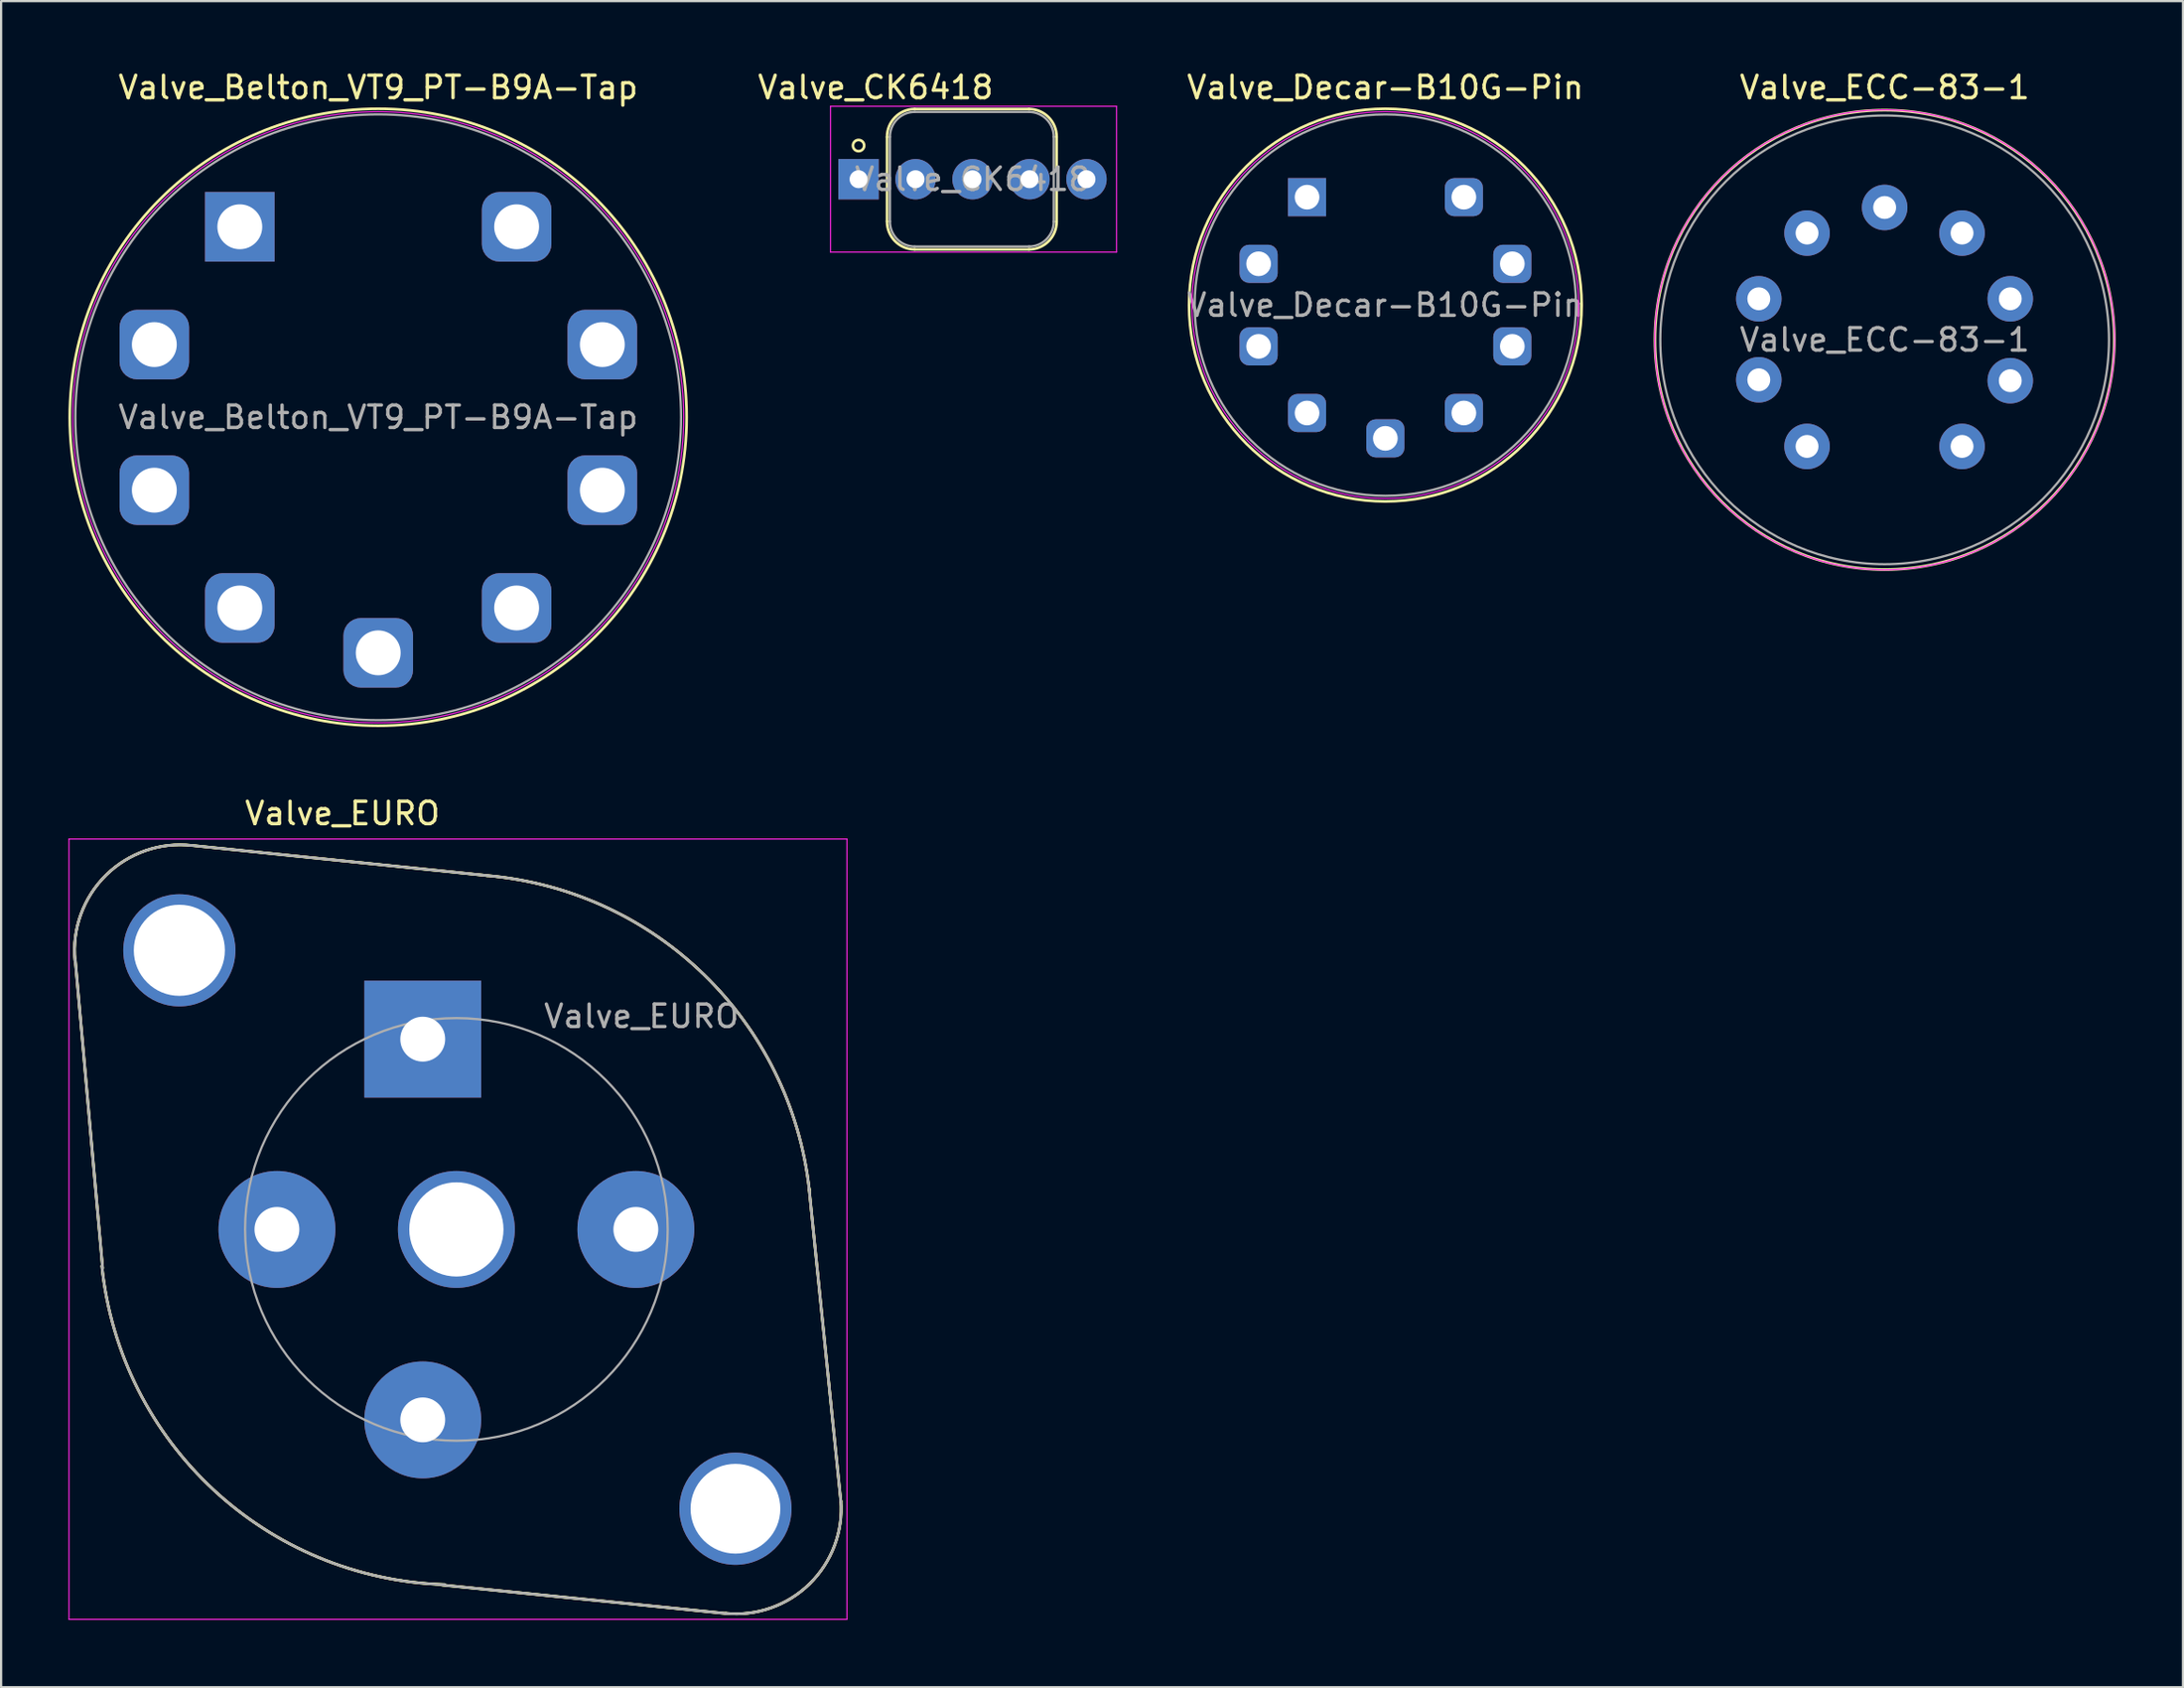
<source format=kicad_pcb>
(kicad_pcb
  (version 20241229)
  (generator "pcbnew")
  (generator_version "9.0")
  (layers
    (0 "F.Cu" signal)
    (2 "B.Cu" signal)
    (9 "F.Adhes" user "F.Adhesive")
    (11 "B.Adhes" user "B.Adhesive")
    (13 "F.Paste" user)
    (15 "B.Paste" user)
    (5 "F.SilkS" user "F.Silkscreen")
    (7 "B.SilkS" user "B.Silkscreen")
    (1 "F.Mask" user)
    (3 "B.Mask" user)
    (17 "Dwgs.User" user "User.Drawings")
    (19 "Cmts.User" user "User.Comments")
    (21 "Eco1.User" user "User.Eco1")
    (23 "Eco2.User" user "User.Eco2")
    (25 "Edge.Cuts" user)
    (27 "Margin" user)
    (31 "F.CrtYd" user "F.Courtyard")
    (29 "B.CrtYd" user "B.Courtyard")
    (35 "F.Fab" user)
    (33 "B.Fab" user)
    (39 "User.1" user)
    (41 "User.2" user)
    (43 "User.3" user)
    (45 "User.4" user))
  (footprint "Valve_CK6418"
    (layer "F.Cu")
    (at 35.223 4.938)
    (property "Reference" "Valve_CK6418" (at 0.76 -4.09 0) (layer "F.SilkS") (effects (font (size 1 1) (thickness 0.15))))
    (attr through_hole)
    (fp_line (start 1.27 1.88) (end 1.27 -1.88) (stroke (width 0.12) (type solid)) (layer "F.SilkS"))
    (fp_line (start 2.5 -3.13) (end 7.61 -3.13) (stroke (width 0.12) (type solid)) (layer "F.SilkS"))
    (fp_line (start 7.61 3.13) (end 2.5 3.13) (stroke (width 0.12) (type solid)) (layer "F.SilkS"))
    (fp_line (start 8.83 -1.89) (end 8.83 -0.5) (stroke (width 0.12) (type solid)) (layer "F.SilkS"))
    (fp_line (start 8.83 0.5) (end 8.83 1.89) (stroke (width 0.12) (type solid)) (layer "F.SilkS"))
    (fp_arc (start 1.27 -1.88) (mid 1.626117 -2.759741) (end 2.5 -3.13) (stroke (width 0.12) (type solid)) (layer "F.SilkS"))
    (fp_arc (start 2.5 3.13) (mid 1.626117 2.759741) (end 1.27 1.88) (stroke (width 0.12) (type solid)) (layer "F.SilkS"))
    (fp_arc (start 7.59 -3.13) (mid 8.466812 -2.766812) (end 8.83 -1.89) (stroke (width 0.12) (type solid)) (layer "F.SilkS"))
    (fp_arc (start 8.83 1.89) (mid 8.466812 2.766812) (end 7.59 3.13) (stroke (width 0.12) (type solid)) (layer "F.SilkS"))
    (fp_circle (center 0 -1.5) (end 0.25 -1.5) (stroke (width 0.12) (type solid)) (fill no) (layer "F.SilkS"))
    (fp_line (start -1.25 -3.25) (end 11.5 -3.25) (stroke (width 0.05) (type solid)) (layer "F.CrtYd"))
    (fp_line (start -1.25 3.25) (end -1.25 -3.25) (stroke (width 0.05) (type solid)) (layer "F.CrtYd"))
    (fp_line (start 11.5 -3.25) (end 11.5 3.25) (stroke (width 0.05) (type solid)) (layer "F.CrtYd"))
    (fp_line (start 11.5 3.25) (end -1.25 3.25) (stroke (width 0.05) (type solid)) (layer "F.CrtYd"))
    (fp_line (start 1.4 -1.88) (end 1.4 1.88) (stroke (width 0.1) (type solid)) (layer "F.Fab"))
    (fp_line (start 2.5 3) (end 7.62 3) (stroke (width 0.1) (type solid)) (layer "F.Fab"))
    (fp_line (start 7.61 -3) (end 2.5 -3) (stroke (width 0.1) (type solid)) (layer "F.Fab"))
    (fp_line (start 8.7 1.89) (end 8.7 -1.89) (stroke (width 0.1) (type solid)) (layer "F.Fab"))
    (fp_arc (start 1.4 -1.89) (mid 1.725111 -2.674889) (end 2.51 -3) (stroke (width 0.1) (type solid)) (layer "F.Fab"))
    (fp_arc (start 2.5 3) (mid 1.71804 2.667817) (end 1.4 1.88) (stroke (width 0.1) (type solid)) (layer "F.Fab"))
    (fp_arc (start 7.601624 -2.999939) (mid 8.378987 -2.670768) (end 8.7 -1.89) (stroke (width 0.1) (type solid)) (layer "F.Fab"))
    (fp_arc (start 8.7 1.89) (mid 8.374889 2.674889) (end 7.59 3) (stroke (width 0.1) (type solid)) (layer "F.Fab"))
    (fp_text user "${REFERENCE}" (at 5.08 0 0) (layer "F.Fab") (effects (font (size 1 1) (thickness 0.15))))
    (pad "1" thru_hole rect (at 0 0) (size 1.8 1.8) (drill 0.8) (layers "*.Cu" "*.Mask"))
    (pad "2" thru_hole circle (at 2.54 0) (size 1.8 1.8) (drill 0.8) (layers "*.Cu" "*.Mask"))
    (pad "3" thru_hole circle (at 5.08 0) (size 1.8 1.8) (drill 0.8) (layers "*.Cu" "*.Mask"))
    (pad "4" thru_hole circle (at 7.62 0) (size 1.8 1.8) (drill 0.8) (layers "*.Cu" "*.Mask"))
    (pad "5" thru_hole circle (at 10.16 0) (size 1.8 1.8) (drill 0.8) (layers "*.Cu" "*.Mask")))
  (footprint "Valve_Belton_VT9_PT-B9A-Tap"
    (layer "F.Cu")
    (at 7.64 7.058)
    (property "Reference" "Valve_Belton_VT9_PT-B9A-Tap" (at 6.17 -6.21 0) (layer "F.SilkS") (effects (font (size 1 1) (thickness 0.15))))
    (attr through_hole)
    (fp_circle (center 6.17 8.49) (end 19.92 8.49) (stroke (width 0.12) (type solid)) (fill no) (layer "F.SilkS"))
    (fp_circle (center 6.17 8.49) (end 19.79 8.49) (stroke (width 0.05) (type solid)) (fill no) (layer "F.CrtYd"))
    (fp_circle (center 6.17 8.49) (end 19.67 8.49) (stroke (width 0.1) (type solid)) (fill no) (layer "F.Fab"))
    (fp_text user "${REFERENCE}" (at 6.17 8.49 0) (layer "F.Fab") (effects (font (size 1 1) (thickness 0.15))))
    (pad "1" thru_hole rect (at 0 0) (size 3.1 3.1) (drill 2) (layers "*.Cu" "*.Mask"))
    (pad "2" thru_hole roundrect (at -3.81 5.25) (size 3.1 3.1) (drill 2) (layers "*.Cu" "*.Mask") (roundrect_rratio 0.25))
    (pad "3" thru_hole roundrect (at -3.81 11.74) (size 3.1 3.1) (drill 2) (layers "*.Cu" "*.Mask") (roundrect_rratio 0.25))
    (pad "4" thru_hole roundrect (at 0 16.99) (size 3.1 3.1) (drill 2) (layers "*.Cu" "*.Mask") (roundrect_rratio 0.25))
    (pad "5" thru_hole roundrect (at 6.17 18.99) (size 3.1 3.1) (drill 2) (layers "*.Cu" "*.Mask") (roundrect_rratio 0.25))
    (pad "6" thru_hole roundrect (at 12.34 16.99) (size 3.1 3.1) (drill 2) (layers "*.Cu" "*.Mask") (roundrect_rratio 0.25))
    (pad "7" thru_hole roundrect (at 16.16 11.74) (size 3.1 3.1) (drill 2) (layers "*.Cu" "*.Mask") (roundrect_rratio 0.25))
    (pad "8" thru_hole roundrect (at 16.16 5.25) (size 3.1 3.1) (drill 2) (layers "*.Cu" "*.Mask") (roundrect_rratio 0.25))
    (pad "9" thru_hole roundrect (at 12.34 0) (size 3.1 3.1) (drill 2) (layers "*.Cu" "*.Mask") (roundrect_rratio 0.25)))
  (footprint "Valve_ECC-83-1"
    (layer "F.Cu")
    (at 84.414 16.848)
    (property "Reference" "Valve_ECC-83-1" (at -3.45 -16 0) (layer "F.SilkS") (effects (font (size 1 1) (thickness 0.15))))
    (attr through_hole)
    (fp_circle (center -3.45 -4.75) (end 6.71 -3.48) (stroke (width 0.12) (type solid)) (fill no) (layer "F.SilkS"))
    (fp_circle (center -3.45 -4.75) (end -3.45 -15) (stroke (width 0.05) (type solid)) (fill no) (layer "F.CrtYd"))
    (fp_circle (center -3.45 -4.75) (end -3.45 -14.75) (stroke (width 0.1) (type solid)) (fill no) (layer "F.Fab"))
    (fp_text user "${REFERENCE}" (at -3.45 -4.75 0) (layer "F.Fab") (effects (font (size 1 1) (thickness 0.15))))
    (pad "1" thru_hole circle (at 0 0) (size 2.03 2.03) (drill 1.02) (layers "*.Cu" "*.Mask"))
    (pad "2" thru_hole circle (at 2.15 -2.93) (size 2.03 2.03) (drill 1.02) (layers "*.Cu" "*.Mask"))
    (pad "3" thru_hole circle (at 2.15 -6.58) (size 2.03 2.03) (drill 1.02) (layers "*.Cu" "*.Mask"))
    (pad "4" thru_hole circle (at 0 -9.51) (size 2.03 2.03) (drill 1.02) (layers "*.Cu" "*.Mask"))
    (pad "5" thru_hole circle (at -3.45 -10.65) (size 2.03 2.03) (drill 1.02) (layers "*.Cu" "*.Mask"))
    (pad "6" thru_hole circle (at -6.91 -9.51) (size 2.03 2.03) (drill 1.02) (layers "*.Cu" "*.Mask"))
    (pad "7" thru_hole circle (at -9.06 -6.58) (size 2.03 2.03) (drill 1.02) (layers "*.Cu" "*.Mask"))
    (pad "8" thru_hole circle (at -9.06 -2.97) (size 2.03 2.03) (drill 1.02) (layers "*.Cu" "*.Mask"))
    (pad "9" thru_hole circle (at -6.91 0) (size 2.03 2.03) (drill 1.02) (layers "*.Cu" "*.Mask")))
  (footprint "Valve_Decar-B10G-Pin"
    (layer "F.Cu")
    (at 55.216 5.738)
    (property "Reference" "Valve_Decar-B10G-Pin" (at 3.49 -4.89 0) (layer "F.SilkS") (effects (font (size 1 1) (thickness 0.15))))
    (attr through_hole)
    (fp_circle (center 3.49 4.81) (end 12.24 4.81) (stroke (width 0.12) (type solid)) (fill no) (layer "F.SilkS"))
    (fp_circle (center 3.49 4.81) (end 12.11 4.81) (stroke (width 0.05) (type solid)) (fill no) (layer "F.CrtYd"))
    (fp_circle (center 3.49 4.81) (end 11.99 4.81) (stroke (width 0.1) (type solid)) (fill no) (layer "F.Fab"))
    (fp_text user "${REFERENCE}" (at 3.49 4.81 0) (layer "F.Fab") (effects (font (size 1 1) (thickness 0.15))))
    (pad "1" thru_hole rect (at 0 0) (size 1.7 1.7) (drill 1.1) (layers "*.Cu" "*.Mask"))
    (pad "2" thru_hole roundrect (at -2.16 2.97) (size 1.7 1.7) (drill 1.1) (layers "*.Cu" "*.Mask") (roundrect_rratio 0.25))
    (pad "3" thru_hole roundrect (at -2.16 6.65) (size 1.7 1.7) (drill 1.1) (layers "*.Cu" "*.Mask") (roundrect_rratio 0.25))
    (pad "4" thru_hole roundrect (at 0 9.62) (size 1.7 1.7) (drill 1.1) (layers "*.Cu" "*.Mask") (roundrect_rratio 0.25))
    (pad "5" thru_hole roundrect (at 3.49 10.75) (size 1.7 1.7) (drill 1.1) (layers "*.Cu" "*.Mask") (roundrect_rratio 0.25))
    (pad "6" thru_hole roundrect (at 6.99 9.62) (size 1.7 1.7) (drill 1.1) (layers "*.Cu" "*.Mask") (roundrect_rratio 0.25))
    (pad "7" thru_hole roundrect (at 9.15 6.65) (size 1.7 1.7) (drill 1.1) (layers "*.Cu" "*.Mask") (roundrect_rratio 0.25))
    (pad "8" thru_hole roundrect (at 9.15 2.97) (size 1.7 1.7) (drill 1.1) (layers "*.Cu" "*.Mask") (roundrect_rratio 0.25))
    (pad "9" thru_hole roundrect (at 6.99 0) (size 1.7 1.7) (drill 1.1) (layers "*.Cu" "*.Mask") (roundrect_rratio 0.25)))
  (footprint "Valve_EURO"
    (layer "F.Cu")
    (at 15.795 43.267)
    (property "Reference" "Valve_EURO" (at -3.58 -10.06 0) (layer "F.SilkS") (effects (font (size 1 1) (thickness 0.15))))
    (attr through_hole)
    (fp_line (start -14.27 10.21) (end -15.49 -3.53) (stroke (width 0.12) (type solid)) (layer "F.SilkS"))
    (fp_line (start -14.27 10.21) (end -15.49 -3.53) (stroke (width 0.12) (type solid)) (layer "F.SilkS"))
    (fp_line (start -10.36 -8.64) (end 2.87 -7.29) (stroke (width 0.12) (type solid)) (layer "F.SilkS"))
    (fp_line (start -10.36 -8.64) (end 2.87 -7.29) (stroke (width 0.12) (type solid)) (layer "F.SilkS"))
    (fp_line (start 13.54 25.6) (end 0.86 24.33) (stroke (width 0.12) (type solid)) (layer "F.SilkS"))
    (fp_line (start 13.54 25.6) (end 0.86 24.33) (stroke (width 0.12) (type solid)) (layer "F.SilkS"))
    (fp_line (start 18.64 20.62) (end 17.22 6.63) (stroke (width 0.12) (type solid)) (layer "F.SilkS"))
    (fp_line (start 18.64 20.62) (end 17.22 6.63) (stroke (width 0.12) (type solid)) (layer "F.SilkS"))
    (fp_arc (start -15.5 -3.5) (mid -14.119784 -7.310437) (end -10.288765 -8.63245) (stroke (width 0.12) (type solid)) (layer "F.SilkS"))
    (fp_arc (start -15.5 -3.5) (mid -14.119784 -7.310437) (end -10.288765 -8.63245) (stroke (width 0.12) (type solid)) (layer "F.SilkS"))
    (fp_arc (start 0.98 24.31) (mid -9.330689 20.081144) (end -14.303103 10.107747) (stroke (width 0.12) (type solid)) (layer "F.SilkS"))
    (fp_arc (start 0.98 24.31) (mid -9.330689 20.081144) (end -14.303103 10.107747) (stroke (width 0.12) (type solid)) (layer "F.SilkS"))
    (fp_arc (start 2.87 -7.29) (mid 12.560196 -2.853668) (end 17.23226 6.725098) (stroke (width 0.12) (type solid)) (layer "F.SilkS"))
    (fp_arc (start 2.87 -7.29) (mid 12.560196 -2.853668) (end 17.23226 6.725098) (stroke (width 0.12) (type solid)) (layer "F.SilkS"))
    (fp_arc (start 18.64 20.57) (mid 17.241749 24.281739) (end 13.497325 25.589944) (stroke (width 0.12) (type solid)) (layer "F.SilkS"))
    (fp_arc (start 18.64 20.57) (mid 17.241749 24.281739) (end 13.497325 25.589944) (stroke (width 0.12) (type solid)) (layer "F.SilkS"))
    (fp_line (start -15.77 -8.92) (end -15.77 25.86) (stroke (width 0.05) (type solid)) (layer "F.CrtYd"))
    (fp_line (start -15.77 -8.92) (end 18.91 -8.92) (stroke (width 0.05) (type solid)) (layer "F.CrtYd"))
    (fp_line (start 18.91 25.86) (end -15.77 25.86) (stroke (width 0.05) (type solid)) (layer "F.CrtYd"))
    (fp_line (start 18.91 25.86) (end 18.91 -8.92) (stroke (width 0.05) (type solid)) (layer "F.CrtYd"))
    (fp_line (start -14.27 10.21) (end -15.49 -3.53) (stroke (width 0.1) (type solid)) (layer "F.Fab"))
    (fp_line (start -14.27 10.21) (end -15.49 -3.53) (stroke (width 0.1) (type solid)) (layer "F.Fab"))
    (fp_line (start -10.36 -8.64) (end 2.87 -7.29) (stroke (width 0.1) (type solid)) (layer "F.Fab"))
    (fp_line (start -10.36 -8.64) (end 2.87 -7.29) (stroke (width 0.1) (type solid)) (layer "F.Fab"))
    (fp_line (start 13.54 25.6) (end 0.86 24.33) (stroke (width 0.1) (type solid)) (layer "F.Fab"))
    (fp_line (start 13.54 25.6) (end 0.86 24.33) (stroke (width 0.1) (type solid)) (layer "F.Fab"))
    (fp_line (start 18.64 20.62) (end 17.22 6.63) (stroke (width 0.1) (type solid)) (layer "F.Fab"))
    (fp_line (start 18.64 20.62) (end 17.22 6.63) (stroke (width 0.1) (type solid)) (layer "F.Fab"))
    (fp_arc (start -15.5 -3.5) (mid -14.119784 -7.310437) (end -10.288765 -8.63245) (stroke (width 0.1) (type solid)) (layer "F.Fab"))
    (fp_arc (start -15.5 -3.5) (mid -14.119784 -7.310437) (end -10.288765 -8.63245) (stroke (width 0.1) (type solid)) (layer "F.Fab"))
    (fp_arc (start 0.98 24.31) (mid -9.330689 20.081144) (end -14.303103 10.107747) (stroke (width 0.1) (type solid)) (layer "F.Fab"))
    (fp_arc (start 0.98 24.31) (mid -9.330689 20.081144) (end -14.303103 10.107747) (stroke (width 0.1) (type solid)) (layer "F.Fab"))
    (fp_arc (start 2.87 -7.29) (mid 12.560196 -2.853668) (end 17.23226 6.725098) (stroke (width 0.1) (type solid)) (layer "F.Fab"))
    (fp_arc (start 2.87 -7.29) (mid 12.560196 -2.853668) (end 17.23226 6.725098) (stroke (width 0.1) (type solid)) (layer "F.Fab"))
    (fp_arc (start 18.64 20.57) (mid 17.241749 24.281739) (end 13.497325 25.589944) (stroke (width 0.1) (type solid)) (layer "F.Fab"))
    (fp_arc (start 18.64 20.57) (mid 17.241749 24.281739) (end 13.497325 25.589944) (stroke (width 0.1) (type solid)) (layer "F.Fab"))
    (fp_circle (center 1.5 8.48) (end -5.16 15.14) (stroke (width 0.1) (type solid)) (fill no) (layer "F.Fab"))
    (fp_text user "${REFERENCE}" (at 9.75 -1.02 0) (layer "F.Fab") (effects (font (size 1 1) (thickness 0.15))))
    (pad "" thru_hole circle (at -10.85 -3.96) (size 5 5) (drill 4.06) (layers "*.Cu" "*.Mask"))
    (pad "" thru_hole circle (at 13.94 20.93) (size 5 5) (drill 4) (layers "*.Cu" "*.Mask"))
    (pad "1" thru_hole rect (at 0 0) (size 5.21 5.21) (drill 2) (layers "*.Cu" "*.Mask"))
    (pad "2" thru_hole circle (at 9.5 8.48) (size 5.21 5.21) (drill 2) (layers "*.Cu" "*.Mask"))
    (pad "3" thru_hole circle (at 0 16.97) (size 5.21 5.21) (drill 2) (layers "*.Cu" "*.Mask"))
    (pad "4" thru_hole circle (at -6.5 8.48) (size 5.21 5.21) (drill 2) (layers "*.Cu" "*.Mask"))
    (pad "5" thru_hole circle (at 1.5 8.48) (size 5.21 5.21) (drill 4.2) (layers "*.Cu" "*.Mask")))
  (gr_rect
    (start -3 -3)
    (end 94.263 72.151)
    (stroke (width 0.1) (type default))
    (fill no)
    (layer "Edge.Cuts")))
</source>
